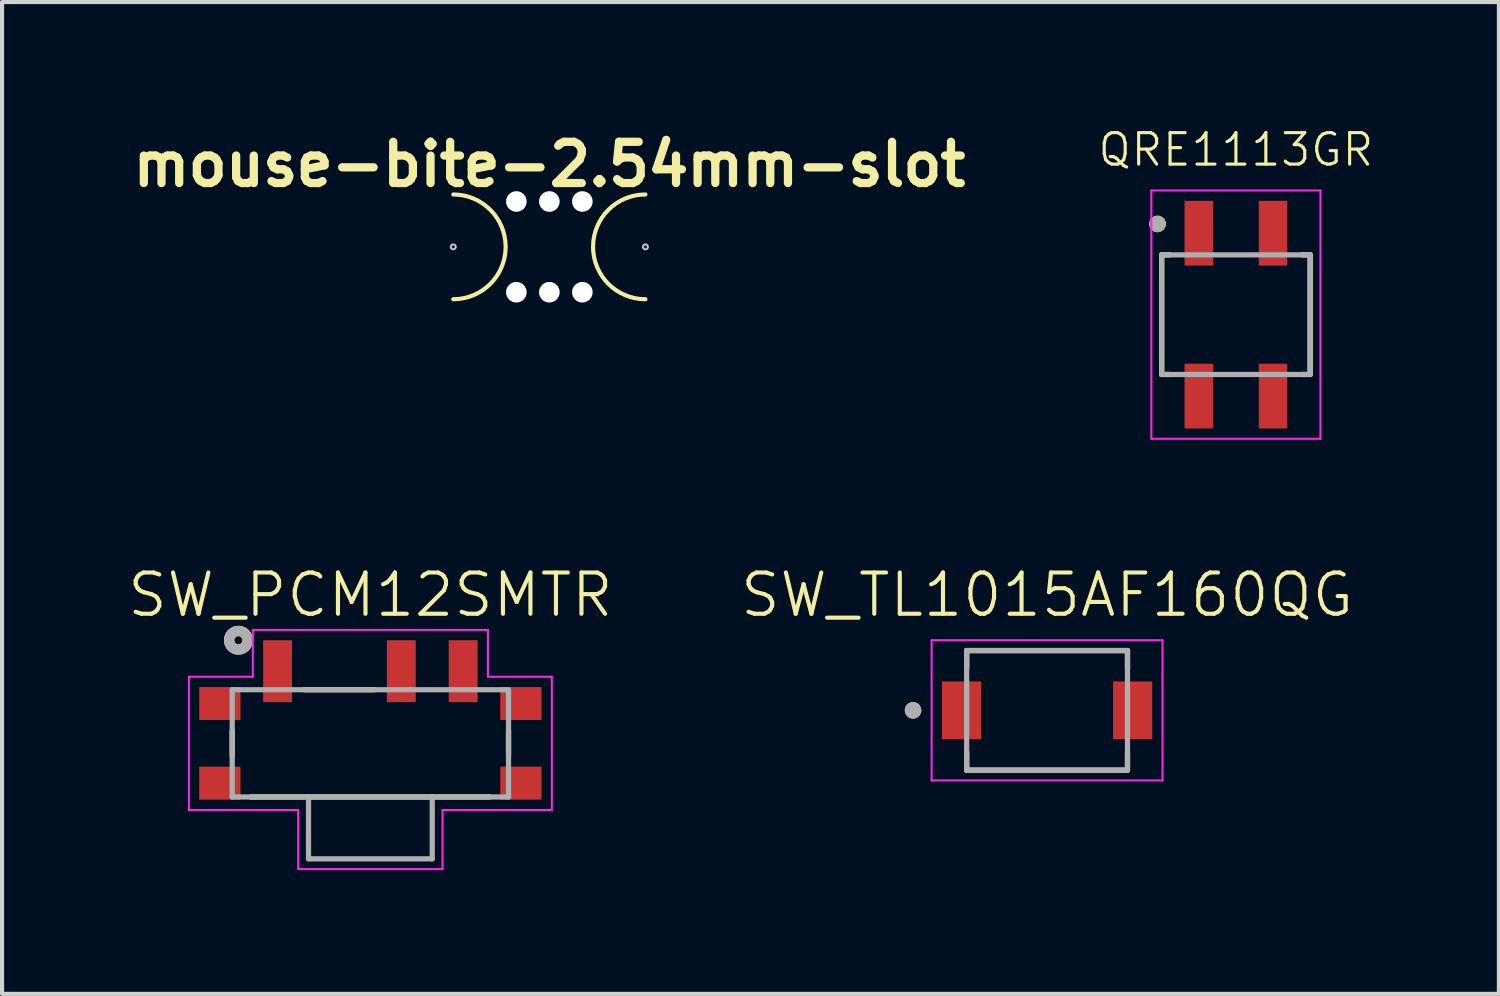
<source format=kicad_pcb>
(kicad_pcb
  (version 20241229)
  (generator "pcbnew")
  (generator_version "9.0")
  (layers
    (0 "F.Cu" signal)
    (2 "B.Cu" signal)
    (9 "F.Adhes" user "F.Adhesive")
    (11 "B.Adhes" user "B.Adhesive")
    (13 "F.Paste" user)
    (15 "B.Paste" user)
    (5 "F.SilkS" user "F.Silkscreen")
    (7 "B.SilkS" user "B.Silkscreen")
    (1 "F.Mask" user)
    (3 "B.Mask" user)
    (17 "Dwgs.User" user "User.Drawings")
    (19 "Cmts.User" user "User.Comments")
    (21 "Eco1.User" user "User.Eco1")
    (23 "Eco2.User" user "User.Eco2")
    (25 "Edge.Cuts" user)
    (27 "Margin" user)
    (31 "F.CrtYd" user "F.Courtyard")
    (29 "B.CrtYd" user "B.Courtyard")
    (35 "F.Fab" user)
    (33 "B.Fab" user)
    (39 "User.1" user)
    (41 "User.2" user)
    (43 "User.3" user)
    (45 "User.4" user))
  (footprint "QRE1113GR"
    (layer "F.Cu")
    (at 26.919 4.58)
    (property "Reference" "QRE1113GR" (at 0 -4 0) (layer "F.SilkS") (effects (font (size 0.762 0.762) (thickness 0.076))))
    (attr through_hole)
    (fp_line (start -1.8 -1.45) (end -1.8 1.45) (stroke (width 0.127) (type solid)) (layer "F.SilkS"))
    (fp_line (start -1.8 -1.45) (end -1.6 -1.45) (stroke (width 0.127) (type solid)) (layer "F.SilkS"))
    (fp_line (start -1.8 1.45) (end -1.6 1.45) (stroke (width 0.127) (type solid)) (layer "F.SilkS"))
    (fp_line (start 1.8 -1.45) (end 1.6 -1.45) (stroke (width 0.127) (type solid)) (layer "F.SilkS"))
    (fp_line (start 1.8 -1.45) (end 1.8 1.45) (stroke (width 0.127) (type solid)) (layer "F.SilkS"))
    (fp_line (start 1.8 1.45) (end 1.6 1.45) (stroke (width 0.127) (type solid)) (layer "F.SilkS"))
    (fp_circle (center -1.9 -2.2) (end -1.8 -2.2) (stroke (width 0.2) (type solid)) (fill no) (layer "F.SilkS"))
    (fp_line (start -2.05 -3.01) (end 2.05 -3.01) (stroke (width 0.05) (type solid)) (layer "F.CrtYd"))
    (fp_line (start -2.05 3.01) (end -2.05 -3.01) (stroke (width 0.05) (type solid)) (layer "F.CrtYd"))
    (fp_line (start 2.05 -3.01) (end 2.05 3.01) (stroke (width 0.05) (type solid)) (layer "F.CrtYd"))
    (fp_line (start 2.05 3.01) (end -2.05 3.01) (stroke (width 0.05) (type solid)) (layer "F.CrtYd"))
    (fp_line (start -1.8 -1.45) (end -1.8 1.45) (stroke (width 0.127) (type solid)) (layer "F.Fab"))
    (fp_line (start 1.8 -1.45) (end -1.8 -1.45) (stroke (width 0.127) (type solid)) (layer "F.Fab"))
    (fp_line (start 1.8 -1.45) (end 1.8 1.45) (stroke (width 0.127) (type solid)) (layer "F.Fab"))
    (fp_line (start 1.8 1.45) (end -1.8 1.45) (stroke (width 0.127) (type solid)) (layer "F.Fab"))
    (fp_circle (center -1.9 -2.2) (end -1.8 -2.2) (stroke (width 0.2) (type solid)) (fill no) (layer "F.Fab"))
    (pad "1" smd rect (at -0.9 -1.975) (size 0.69 1.57) (layers "F.Cu" "F.Mask" "F.Paste"))
    (pad "2" smd rect (at -0.9 1.975) (size 0.69 1.57) (layers "F.Cu" "F.Mask" "F.Paste"))
    (pad "3" smd rect (at 0.9 1.975) (size 0.69 1.57) (layers "F.Cu" "F.Mask" "F.Paste"))
    (pad "4" smd rect (at 0.9 -1.975) (size 0.69 1.57) (layers "F.Cu" "F.Mask" "F.Paste")))
  (footprint "SW_PCM12SMTR"
    (layer "F.Cu")
    (at 5.931 14.975)
    (property "Reference" "SW_PCM12SMTR" (at 0 -3.6 0) (layer "F.SilkS") (effects (font (size 1 1) (thickness 0.1))))
    (attr through_hole)
    (fp_line (start -3.35 0.3) (end -3.35 -0.3) (stroke (width 0.127) (type solid)) (layer "F.SilkS"))
    (fp_line (start -2.9 1.3) (end 2.9 1.3) (stroke (width 0.127) (type solid)) (layer "F.SilkS"))
    (fp_line (start -1.6 -1.3) (end 0.1 -1.3) (stroke (width 0.127) (type solid)) (layer "F.SilkS"))
    (fp_line (start 3.35 -0.3) (end 3.35 0.3) (stroke (width 0.127) (type solid)) (layer "F.SilkS"))
    (fp_circle (center -3.2 -2.5) (end -3.1 -2.5) (stroke (width 0.25) (type solid)) (fill no) (layer "F.SilkS"))
    (fp_line (start -4.4 -1.615) (end -2.85 -1.615) (stroke (width 0.05) (type solid)) (layer "F.CrtYd"))
    (fp_line (start -4.4 1.615) (end -4.4 -1.615) (stroke (width 0.05) (type solid)) (layer "F.CrtYd"))
    (fp_line (start -2.85 -2.75) (end 2.85 -2.75) (stroke (width 0.05) (type solid)) (layer "F.CrtYd"))
    (fp_line (start -2.85 -1.615) (end -2.85 -2.75) (stroke (width 0.05) (type solid)) (layer "F.CrtYd"))
    (fp_line (start -1.75 1.615) (end -4.4 1.615) (stroke (width 0.05) (type solid)) (layer "F.CrtYd"))
    (fp_line (start -1.75 3.05) (end -1.75 1.615) (stroke (width 0.05) (type solid)) (layer "F.CrtYd"))
    (fp_line (start 1.75 1.615) (end 1.75 3.05) (stroke (width 0.05) (type solid)) (layer "F.CrtYd"))
    (fp_line (start 1.75 3.05) (end -1.75 3.05) (stroke (width 0.05) (type solid)) (layer "F.CrtYd"))
    (fp_line (start 2.85 -2.75) (end 2.85 -1.615) (stroke (width 0.05) (type solid)) (layer "F.CrtYd"))
    (fp_line (start 2.85 -1.615) (end 4.4 -1.615) (stroke (width 0.05) (type solid)) (layer "F.CrtYd"))
    (fp_line (start 4.4 -1.615) (end 4.4 1.615) (stroke (width 0.05) (type solid)) (layer "F.CrtYd"))
    (fp_line (start 4.4 1.615) (end 1.75 1.615) (stroke (width 0.05) (type solid)) (layer "F.CrtYd"))
    (fp_line (start -3.35 -1.3) (end 3.35 -1.3) (stroke (width 0.127) (type solid)) (layer "F.Fab"))
    (fp_line (start -3.35 1.3) (end -3.35 -1.3) (stroke (width 0.127) (type solid)) (layer "F.Fab"))
    (fp_line (start -1.5 1.3) (end -3.35 1.3) (stroke (width 0.127) (type solid)) (layer "F.Fab"))
    (fp_line (start -1.5 1.3) (end -1.5 2.8) (stroke (width 0.127) (type solid)) (layer "F.Fab"))
    (fp_line (start -1.5 2.8) (end 1.5 2.8) (stroke (width 0.127) (type solid)) (layer "F.Fab"))
    (fp_line (start 1.5 1.3) (end -1.5 1.3) (stroke (width 0.127) (type solid)) (layer "F.Fab"))
    (fp_line (start 1.5 2.8) (end 1.5 1.3) (stroke (width 0.127) (type solid)) (layer "F.Fab"))
    (fp_line (start 3.35 -1.3) (end 3.35 1.3) (stroke (width 0.127) (type solid)) (layer "F.Fab"))
    (fp_line (start 3.35 1.3) (end 1.5 1.3) (stroke (width 0.127) (type solid)) (layer "F.Fab"))
    (fp_circle (center -3.2 -2.5) (end -3.1 -2.5) (stroke (width 0.25) (type solid)) (fill no) (layer "F.Fab"))
    (pad "1" smd rect (at -2.25 -1.75) (size 0.7 1.5) (layers "F.Cu" "F.Mask" "F.Paste"))
    (pad "2" smd rect (at 0.75 -1.75) (size 0.7 1.5) (layers "F.Cu" "F.Mask" "F.Paste"))
    (pad "3" smd rect (at 2.25 -1.75) (size 0.7 1.5) (layers "F.Cu" "F.Mask" "F.Paste"))
    (pad "S1" smd rect (at -3.65 -0.965) (size 1 0.8) (layers "F.Cu" "F.Mask" "F.Paste"))
    (pad "S2" smd rect (at -3.65 0.965) (size 1 0.8) (layers "F.Cu" "F.Mask" "F.Paste"))
    (pad "S3" smd rect (at 3.65 0.965) (size 1 0.8) (layers "F.Cu" "F.Mask" "F.Paste"))
    (pad "S4" smd rect (at 3.65 -0.965) (size 1 0.8) (layers "F.Cu" "F.Mask" "F.Paste")))
  (footprint "SW_TL1015AF160QG"
    (layer "F.Cu")
    (at 22.34 14.175)
    (property "Reference" "SW_TL1015AF160QG" (at 0 -2.8 0) (layer "F.SilkS") (effects (font (size 1 1) (thickness 0.1))))
    (attr through_hole)
    (fp_line (start -1.95 -1.45) (end 1.95 -1.45) (stroke (width 0.127) (type solid)) (layer "F.SilkS"))
    (fp_line (start -1.95 -1.014) (end -1.95 -1.45) (stroke (width 0.127) (type solid)) (layer "F.SilkS"))
    (fp_line (start -1.95 1.45) (end -1.95 1.014) (stroke (width 0.127) (type solid)) (layer "F.SilkS"))
    (fp_line (start 1.95 -1.45) (end 1.95 -1.014) (stroke (width 0.127) (type solid)) (layer "F.SilkS"))
    (fp_line (start 1.95 1.014) (end 1.95 1.45) (stroke (width 0.127) (type solid)) (layer "F.SilkS"))
    (fp_line (start 1.95 1.45) (end -1.95 1.45) (stroke (width 0.127) (type solid)) (layer "F.SilkS"))
    (fp_circle (center -3.25 0) (end -3.15 0) (stroke (width 0.2) (type solid)) (fill no) (layer "F.SilkS"))
    (fp_line (start -2.8 -1.7) (end 2.8 -1.7) (stroke (width 0.05) (type solid)) (layer "F.CrtYd"))
    (fp_line (start -2.8 1.7) (end -2.8 -1.7) (stroke (width 0.05) (type solid)) (layer "F.CrtYd"))
    (fp_line (start 2.8 -1.7) (end 2.8 1.7) (stroke (width 0.05) (type solid)) (layer "F.CrtYd"))
    (fp_line (start 2.8 1.7) (end -2.8 1.7) (stroke (width 0.05) (type solid)) (layer "F.CrtYd"))
    (fp_line (start -1.95 -1.45) (end 1.95 -1.45) (stroke (width 0.127) (type solid)) (layer "F.Fab"))
    (fp_line (start -1.95 1.45) (end -1.95 -1.45) (stroke (width 0.127) (type solid)) (layer "F.Fab"))
    (fp_line (start 1.95 -1.45) (end 1.95 1.45) (stroke (width 0.127) (type solid)) (layer "F.Fab"))
    (fp_line (start 1.95 1.45) (end -1.95 1.45) (stroke (width 0.127) (type solid)) (layer "F.Fab"))
    (fp_circle (center -3.25 0) (end -3.15 0) (stroke (width 0.2) (type solid)) (fill no) (layer "F.Fab"))
    (pad "1" smd rect (at -2.075 0) (size 0.95 1.4) (layers "F.Cu" "F.Mask" "F.Paste"))
    (pad "2" smd rect (at 2.075 0) (size 0.95 1.4) (layers "F.Cu" "F.Mask" "F.Paste")))
  (footprint "mouse-bite-2.54mm-slot"
    (layer "F.Cu")
    (at 10.271 2.936)
    (property "Reference" "mouse-bite-2.54mm-slot" (at 0 -2 0) (layer "F.SilkS") (effects (font (size 1 1) (thickness 0.2))))
    (attr through_hole)
    (fp_arc (start -2.33 -1.27) (mid -1.06 0) (end -2.33 1.27) (stroke (width 0.1) (type solid)) (layer "F.SilkS"))
    (fp_arc (start 2.33 1.27) (mid 1.06 0) (end 2.33 -1.27) (stroke (width 0.1) (type solid)) (layer "F.SilkS"))
    (fp_circle (center -2.33 0) (end -2.27 0) (stroke (width 0.05) (type solid)) (fill no) (layer "Dwgs.User"))
    (fp_circle (center 2.33 0) (end 2.33 -0.06) (stroke (width 0.05) (type solid)) (fill no) (layer "Dwgs.User"))
    (fp_line (start -2.33 0) (end -2.33 0) (stroke (width 2.54) (type solid)) (layer "Eco1.User"))
    (fp_line (start 2.33 0) (end 2.33 0) (stroke (width 2.54) (type solid)) (layer "Eco1.User"))
    (pad "" np_thru_hole circle (at -0.8 -1.1) (size 0.5 0.5) (drill 0.5) (layers "*.Cu" "*.Mask"))
    (pad "" np_thru_hole circle (at -0.8 1.1) (size 0.5 0.5) (drill 0.5) (layers "*.Cu" "*.Mask"))
    (pad "" np_thru_hole circle (at 0 -1.1) (size 0.5 0.5) (drill 0.5) (layers "*.Cu" "*.Mask"))
    (pad "" np_thru_hole circle (at 0 1.1) (size 0.5 0.5) (drill 0.5) (layers "*.Cu" "*.Mask"))
    (pad "" np_thru_hole circle (at 0.8 -1.1) (size 0.5 0.5) (drill 0.5) (layers "*.Cu" "*.Mask"))
    (pad "" np_thru_hole circle (at 0.8 1.1) (size 0.5 0.5) (drill 0.5) (layers "*.Cu" "*.Mask")))
  (gr_rect
    (start -3 -3)
    (end 33.296 21.05)
    (stroke (width 0.1) (type default))
    (fill no)
    (layer "Edge.Cuts")))
</source>
